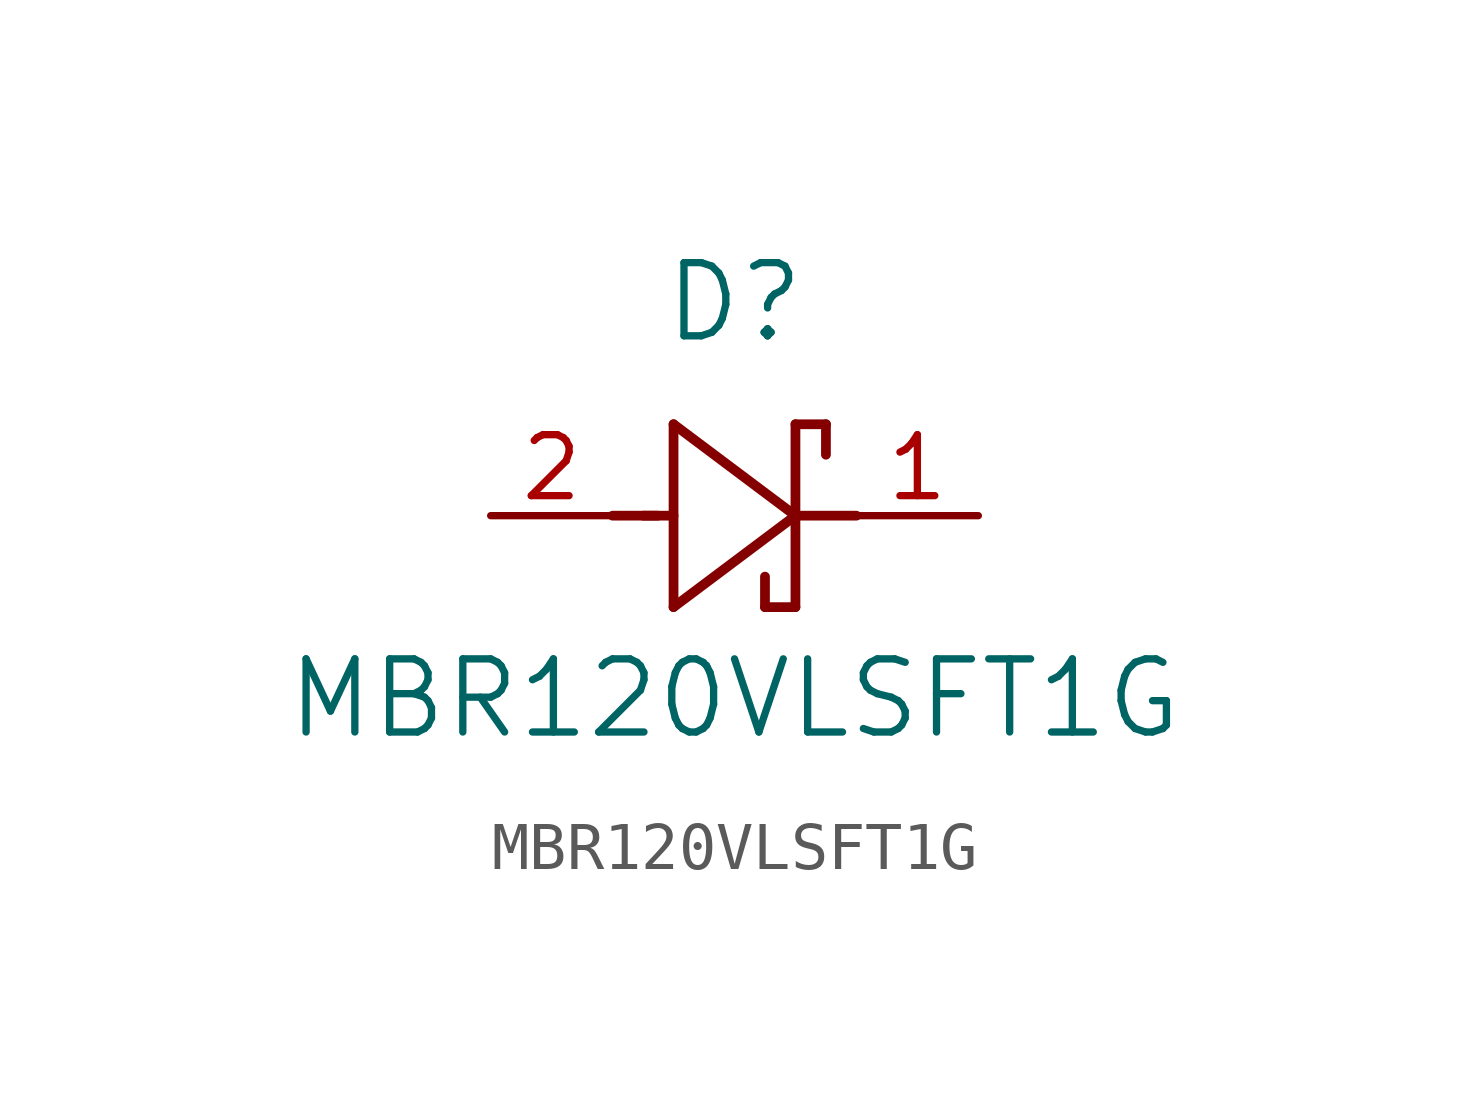
<source format=kicad_sym>
(kicad_symbol_lib
  (version 20231120)
  (generator "kicad_symbol_editor")
  (generator_version "8.0")
  (symbol "MBR120VLSFT1G"
    (pin_names
      (offset 0.254))
    (property "Reference" "D"
      (at 5.08 4.445 0)
      (effects (font (size 1.524 1.524))))
    (property "Value" "MBR120VLSFT1G"
      (at 5.08 -3.81 0)
      (effects (font (size 1.524 1.524))))
    (symbol "MBR120VLSFT1G_0_1"
      (polyline (pts (xy 2.54 0) (xy 3.48 0)) (stroke (width 0.203) (type default)) (fill (type none)))
      (polyline (pts (xy 3.175 0) (xy 3.81 0)) (stroke (width 0.203) (type default)) (fill (type none)))
      (polyline (pts (xy 3.81 -1.905) (xy 6.35 0)) (stroke (width 0.203) (type default)) (fill (type none)))
      (polyline (pts (xy 3.81 1.905) (xy 3.81 -1.905)) (stroke (width 0.203) (type default)) (fill (type none)))
      (polyline (pts (xy 5.715 -1.905) (xy 5.715 -1.27)) (stroke (width 0.203) (type default)) (fill (type none)))
      (polyline (pts (xy 6.35 -1.905) (xy 5.715 -1.905)) (stroke (width 0.203) (type default)) (fill (type none)))
      (polyline (pts (xy 6.35 -1.905) (xy 6.35 1.905)) (stroke (width 0.203) (type default)) (fill (type none)))
      (polyline (pts (xy 6.35 0) (xy 3.81 1.905)) (stroke (width 0.203) (type default)) (fill (type none)))
      (polyline (pts (xy 6.35 0) (xy 7.62 0)) (stroke (width 0.203) (type default)) (fill (type none)))
      (polyline (pts (xy 6.35 1.905) (xy 6.985 1.905)) (stroke (width 0.203) (type default)) (fill (type none)))
      (polyline (pts (xy 6.985 1.905) (xy 6.985 1.27)) (stroke (width 0.203) (type default)) (fill (type none)))
      (pin passive line (at 10.16 0 180) (length 2.54) (name "" (effects (font (size 1.27 1.27)))) (number "1" (effects (font (size 1.27 1.27)))))
      (pin passive line (at 0 0 0) (length 2.54) (name "" (effects (font (size 1.27 1.27)))) (number "2" (effects (font (size 1.27 1.27))))))))
</source>
